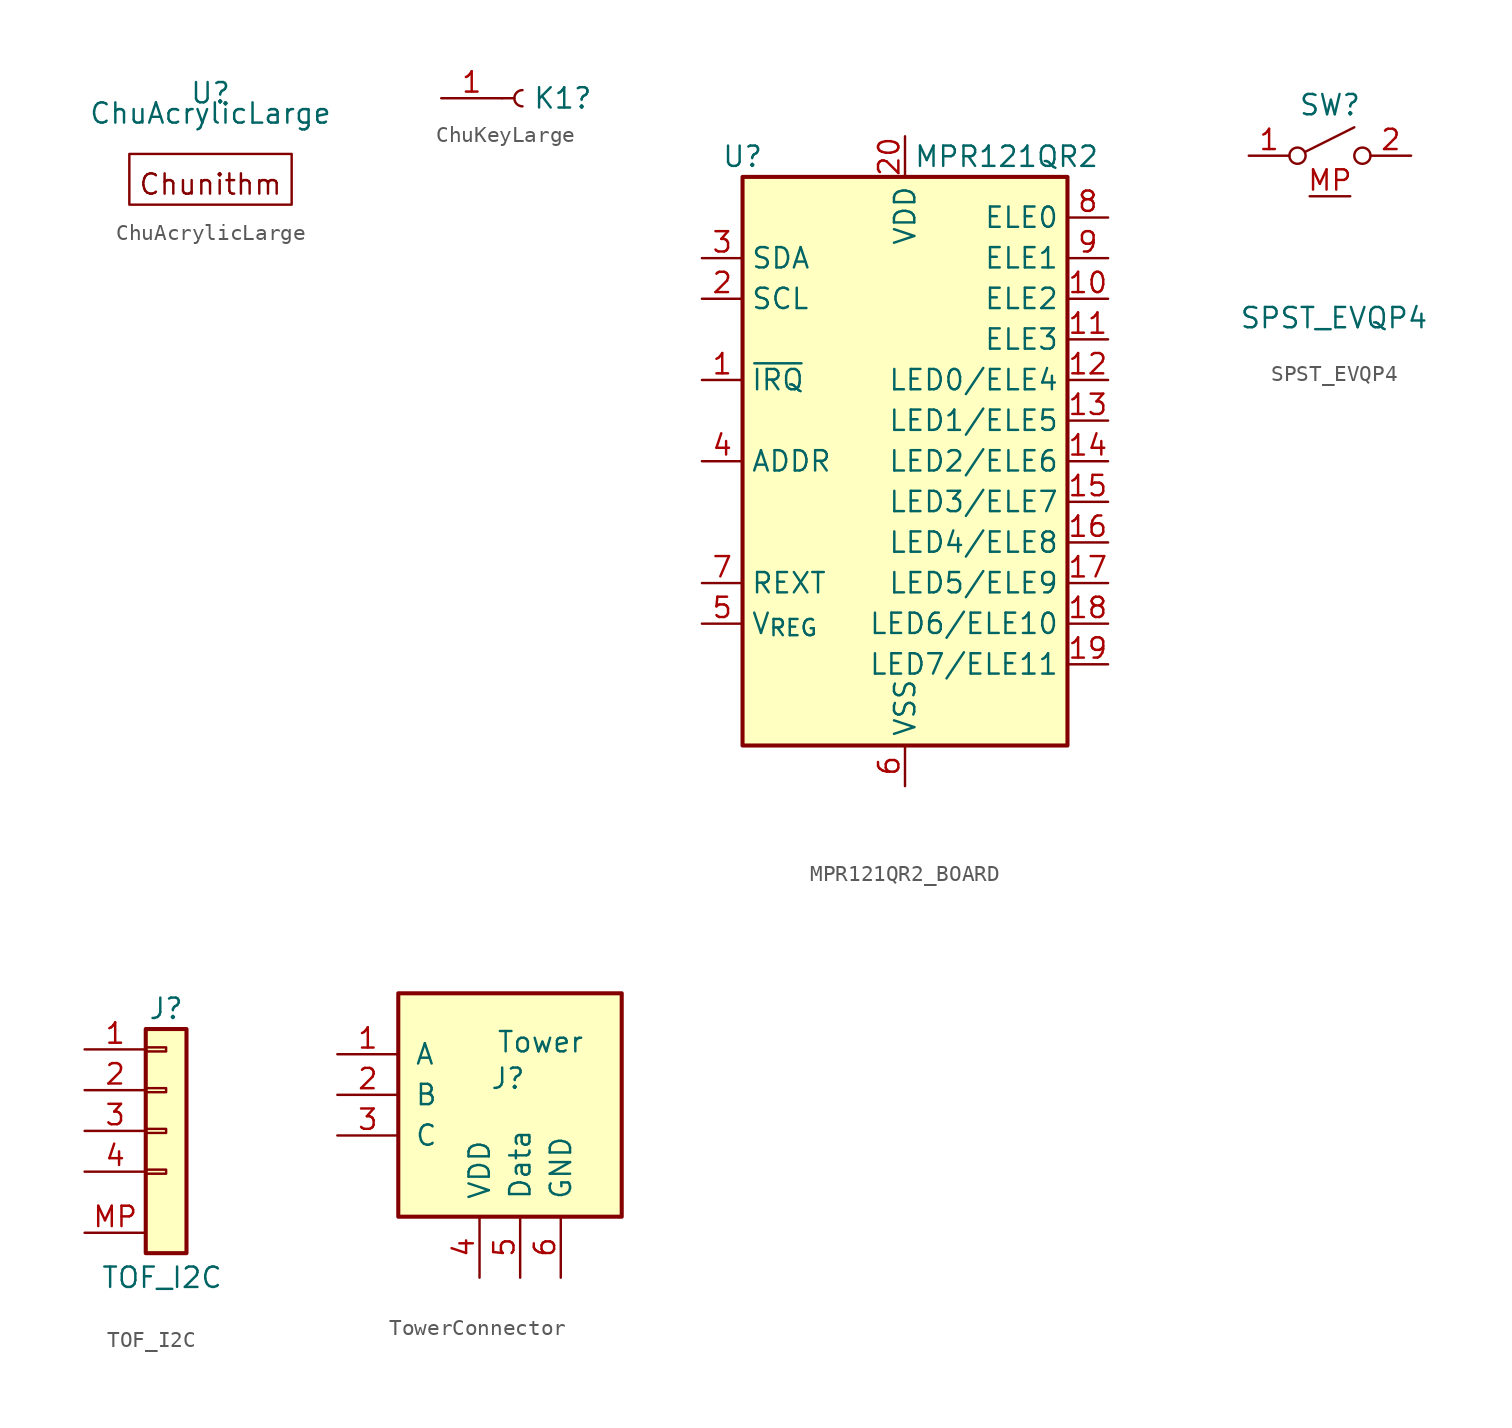
<source format=kicad_sym>
(kicad_symbol_lib
  (version 20241209)
  (generator "kicad_symbol_editor")
  (generator_version "9.0")
  (symbol "ChuAcrylicLarge"
    (property "Reference" "U"
      (at 0 4.445 0)
      (effects (font (size 1.27 1.27))))
    (property "Value" "ChuAcrylicLarge"
      (at 0 3.175 0)
      (effects (font (size 1.27 1.27))))
    (symbol "ChuAcrylicLarge_0_0"
      (text "Chunithm" (at 0 -1.27 0) (effects (font (size 1.27 1.27)))))
    (symbol "ChuAcrylicLarge_0_1"
      (rectangle (start -5.08 0.635) (end 5.08 -2.54) (stroke (width 0) (type default)) (fill (type none)))))
  (symbol "ChuKeyLarge"
    (pin_names
      (offset 1.016)
      (hide yes))
    (property "Reference" "K1"
      (at 0.635 0.0001 0)
      (effects (font (size 1.27 1.27)) (justify left)))
    (symbol "ChuKeyLarge_1_1"
      (polyline (pts (xy -1.27 0) (xy -0.508 0)) (stroke (width 0.152) (type default)) (fill (type none)))
      (arc (start 0 -0.508) (mid -0.5058 0) (end 0 0.508) (stroke (width 0.1524) (type default)) (fill (type none)))
      (pin passive line (at -5.08 0 0) (length 3.81) (name "Pin_1" (effects (font (size 1.27 1.27)))) (number "1" (effects (font (size 1.27 1.27)))))))
  (symbol "MPR121QR2_BOARD"
    (property "Reference" "U"
      (at -10.16 19.05 0)
      (effects (font (size 1.27 1.27))))
    (property "Value" "MPR121QR2"
      (at 6.35 19.05 0)
      (effects (font (size 1.27 1.27))))
    (symbol "MPR121QR2_BOARD_0_1"
      (rectangle (start -10.16 17.78) (end 10.16 -17.78) (stroke (width 0.254) (type default)) (fill (type background))))
    (symbol "MPR121QR2_BOARD_1_1"
      (pin bidirectional line (at -12.7 12.7 0) (length 2.54) (name "SDA" (effects (font (size 1.27 1.27)))) (number "3" (effects (font (size 1.27 1.27)))))
      (pin input line (at -12.7 10.16 0) (length 2.54) (name "SCL" (effects (font (size 1.27 1.27)))) (number "2" (effects (font (size 1.27 1.27)))))
      (pin open_collector line (at -12.7 5.08 0) (length 2.54) (name "~{IRQ}" (effects (font (size 1.27 1.27)))) (number "1" (effects (font (size 1.27 1.27)))))
      (pin input line (at -12.7 0 0) (length 2.54) (name "ADDR" (effects (font (size 1.27 1.27)))) (number "4" (effects (font (size 1.27 1.27)))))
      (pin passive line (at -12.7 -7.62 0) (length 2.54) (name "REXT" (effects (font (size 1.27 1.27)))) (number "7" (effects (font (size 1.27 1.27)))))
      (pin passive line (at -12.7 -10.16 0) (length 2.54) (name "V_{REG}" (effects (font (size 1.27 1.27)))) (number "5" (effects (font (size 1.27 1.27)))))
      (pin power_in line (at 0 20.32 270) (length 2.54) (name "VDD" (effects (font (size 1.27 1.27)))) (number "20" (effects (font (size 1.27 1.27)))))
      (pin power_in line (at 0 -20.32 90) (length 2.54) (name "VSS" (effects (font (size 1.27 1.27)))) (number "6" (effects (font (size 1.27 1.27)))))
      (pin passive line (at 12.7 15.24 180) (length 2.54) (name "ELE0" (effects (font (size 1.27 1.27)))) (number "8" (effects (font (size 1.27 1.27)))))
      (pin passive line (at 12.7 12.7 180) (length 2.54) (name "ELE1" (effects (font (size 1.27 1.27)))) (number "9" (effects (font (size 1.27 1.27)))))
      (pin passive line (at 12.7 10.16 180) (length 2.54) (name "ELE2" (effects (font (size 1.27 1.27)))) (number "10" (effects (font (size 1.27 1.27)))))
      (pin passive line (at 12.7 7.62 180) (length 2.54) (name "ELE3" (effects (font (size 1.27 1.27)))) (number "11" (effects (font (size 1.27 1.27)))))
      (pin passive line (at 12.7 5.08 180) (length 2.54) (name "LED0/ELE4" (effects (font (size 1.27 1.27)))) (number "12" (effects (font (size 1.27 1.27)))))
      (pin passive line (at 12.7 2.54 180) (length 2.54) (name "LED1/ELE5" (effects (font (size 1.27 1.27)))) (number "13" (effects (font (size 1.27 1.27)))))
      (pin passive line (at 12.7 0 180) (length 2.54) (name "LED2/ELE6" (effects (font (size 1.27 1.27)))) (number "14" (effects (font (size 1.27 1.27)))))
      (pin passive line (at 12.7 -2.54 180) (length 2.54) (name "LED3/ELE7" (effects (font (size 1.27 1.27)))) (number "15" (effects (font (size 1.27 1.27)))))
      (pin passive line (at 12.7 -5.08 180) (length 2.54) (name "LED4/ELE8" (effects (font (size 1.27 1.27)))) (number "16" (effects (font (size 1.27 1.27)))))
      (pin passive line (at 12.7 -7.62 180) (length 2.54) (name "LED5/ELE9" (effects (font (size 1.27 1.27)))) (number "17" (effects (font (size 1.27 1.27)))))
      (pin passive line (at 12.7 -10.16 180) (length 2.54) (name "LED6/ELE10" (effects (font (size 1.27 1.27)))) (number "18" (effects (font (size 1.27 1.27)))))
      (pin passive line (at 12.7 -12.7 180) (length 2.54) (name "LED7/ELE11" (effects (font (size 1.27 1.27)))) (number "19" (effects (font (size 1.27 1.27)))))))
  (symbol "SPST_EVQP4"
    (pin_names
      (offset 0)
      (hide yes))
    (property "Reference" "SW"
      (at 0 3.175 0)
      (effects (font (size 1.27 1.27))))
    (property "Value" "SPST_EVQP4"
      (at 0.254 -10.16 0)
      (effects (font (size 1.27 1.27))))
    (symbol "SPST_EVQP4_0_0"
      (circle (center -2.032 0) (radius 0.508) (stroke (width 0) (type default)) (fill (type none)))
      (polyline (pts (xy -1.524 0.254) (xy 1.524 1.778)) (stroke (width 0) (type default)) (fill (type none)))
      (circle (center 2.032 0) (radius 0.508) (stroke (width 0) (type default)) (fill (type none))))
    (symbol "SPST_EVQP4_1_1"
      (pin passive line (at -5.08 0 0) (length 2.54) (name "A" (effects (font (size 1.27 1.27)))) (number "1" (effects (font (size 1.27 1.27)))))
      (pin passive line (at 1.27 -2.54 180) (length 2.54) (name "MP" (effects (font (size 1.27 1.27)))) (number "MP" (effects (font (size 1.27 1.27)))))
      (pin passive line (at 5.08 0 180) (length 2.54) (name "B" (effects (font (size 1.27 1.27)))) (number "2" (effects (font (size 1.27 1.27)))))))
  (symbol "TOF_I2C"
    (pin_names
      (offset 1.016)
      (hide yes))
    (property "Reference" "J"
      (at 0 5.08 0)
      (effects (font (size 1.27 1.27))))
    (property "Value" "TOF_I2C"
      (at -0.254 -11.684 0)
      (effects (font (size 1.27 1.27))))
    (symbol "TOF_I2C_1_1"
      (rectangle (start -1.27 3.81) (end 1.27 -10.16) (stroke (width 0.254) (type default)) (fill (type background)))
      (rectangle (start -1.27 2.667) (end 0 2.413) (stroke (width 0.152) (type default)) (fill (type none)))
      (rectangle (start -1.27 0.127) (end 0 -0.127) (stroke (width 0.152) (type default)) (fill (type none)))
      (rectangle (start -1.27 -2.413) (end 0 -2.667) (stroke (width 0.152) (type default)) (fill (type none)))
      (rectangle (start -1.27 -4.953) (end 0 -5.207) (stroke (width 0.152) (type default)) (fill (type none)))
      (pin passive line (at -5.08 2.54 0) (length 3.81) (name "Pin_1" (effects (font (size 1.27 1.27)))) (number "1" (effects (font (size 1.27 1.27)))))
      (pin passive line (at -5.08 0 0) (length 3.81) (name "Pin_2" (effects (font (size 1.27 1.27)))) (number "2" (effects (font (size 1.27 1.27)))))
      (pin passive line (at -5.08 -2.54 0) (length 3.81) (name "Pin_3" (effects (font (size 1.27 1.27)))) (number "3" (effects (font (size 1.27 1.27)))))
      (pin passive line (at -5.08 -5.08 0) (length 3.81) (name "Pin_4" (effects (font (size 1.27 1.27)))) (number "4" (effects (font (size 1.27 1.27)))))
      (pin passive line (at -5.08 -8.89 0) (length 3.81) (name "MP" (effects (font (size 1.27 1.27)))) (number "MP" (effects (font (size 1.27 1.27)))))))
  (symbol "TowerConnector"
    (pin_names
      (offset 1.016))
    (property "Reference" "J"
      (at 5.588 1.016 0)
      (effects (font (size 1.27 1.27))))
    (property "Value" "Tower"
      (at 7.62 3.302 0)
      (effects (font (size 1.27 1.27))))
    (symbol "TowerConnector_1_1"
      (rectangle (start -1.27 6.35) (end 12.7 -7.62) (stroke (width 0.254) (type default)) (fill (type background)))
      (pin passive line (at -5.08 2.54 0) (length 3.81) (name "A" (effects (font (size 1.27 1.27)))) (number "1" (effects (font (size 1.27 1.27)))))
      (pin passive line (at -5.08 0 0) (length 3.81) (name "B" (effects (font (size 1.27 1.27)))) (number "2" (effects (font (size 1.27 1.27)))))
      (pin passive line (at -5.08 -2.54 0) (length 3.81) (name "C" (effects (font (size 1.27 1.27)))) (number "3" (effects (font (size 1.27 1.27)))))
      (pin power_in line (at 3.81 -11.43 90) (length 3.81) (name "VDD" (effects (font (size 1.27 1.27)))) (number "4" (effects (font (size 1.27 1.27)))))
      (pin passive line (at 6.35 -11.43 90) (length 3.81) (name "Data" (effects (font (size 1.27 1.27)))) (number "5" (effects (font (size 1.27 1.27)))))
      (pin power_in line (at 8.89 -11.43 90) (length 3.81) (name "GND" (effects (font (size 1.27 1.27)))) (number "6" (effects (font (size 1.27 1.27))))))))
</source>
